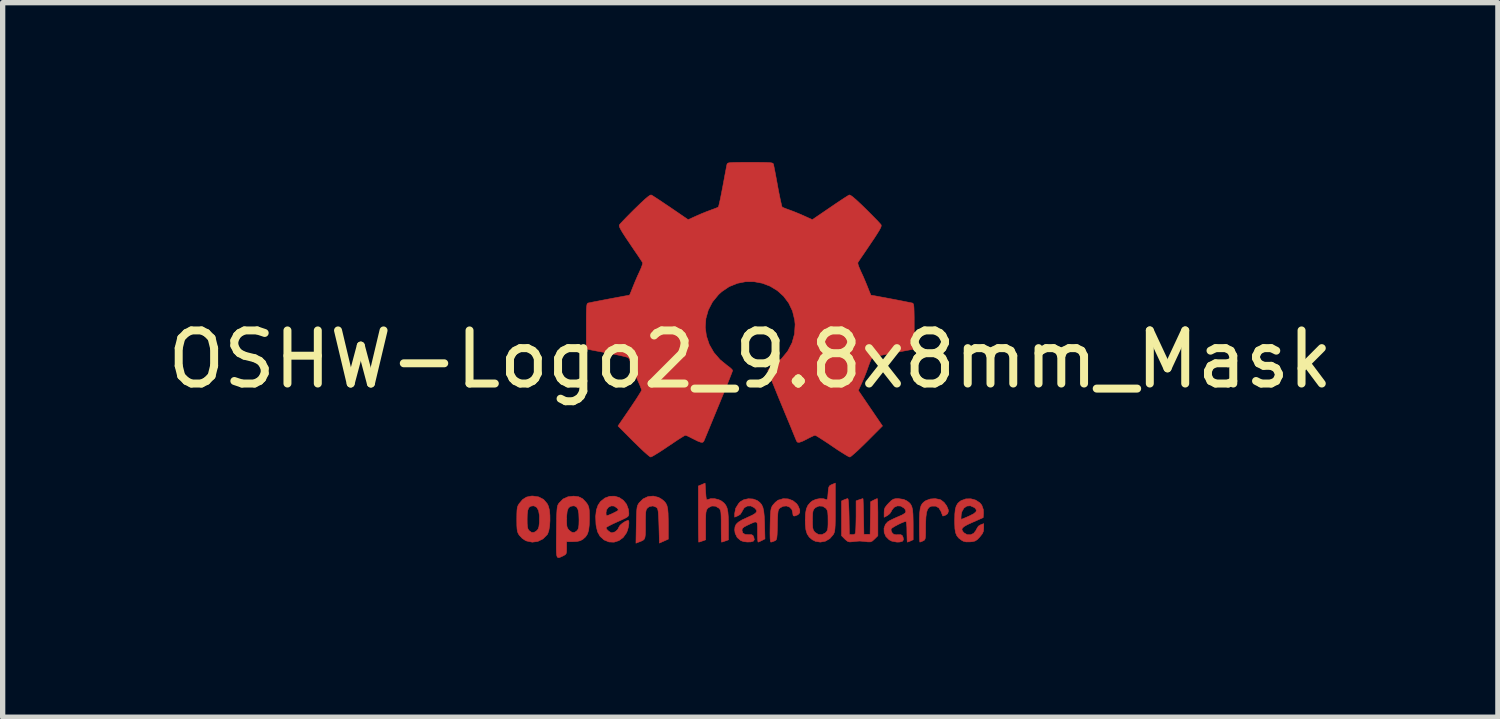
<source format=kicad_pcb>
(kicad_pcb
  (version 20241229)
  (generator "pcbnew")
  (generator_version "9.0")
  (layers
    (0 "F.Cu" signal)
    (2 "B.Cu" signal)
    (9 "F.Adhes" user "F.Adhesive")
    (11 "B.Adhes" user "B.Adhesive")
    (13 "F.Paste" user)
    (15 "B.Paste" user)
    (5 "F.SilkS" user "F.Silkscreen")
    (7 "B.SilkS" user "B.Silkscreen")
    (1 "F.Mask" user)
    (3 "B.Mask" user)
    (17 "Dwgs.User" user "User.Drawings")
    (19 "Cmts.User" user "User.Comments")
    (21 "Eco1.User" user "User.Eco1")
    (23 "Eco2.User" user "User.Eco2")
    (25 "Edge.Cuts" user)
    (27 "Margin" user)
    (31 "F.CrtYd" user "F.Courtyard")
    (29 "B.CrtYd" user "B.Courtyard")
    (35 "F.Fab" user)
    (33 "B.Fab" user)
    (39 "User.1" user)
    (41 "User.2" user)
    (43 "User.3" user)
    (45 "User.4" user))
  (footprint "OSHW-Logo2_9.8x8mm_Mask"
    (layer "F.Cu")
    (at 11.077 3.717)
    (property "Reference" "OSHW-Logo2_9.8x8mm_Mask" (at 0 0 0) (layer "F.SilkS") (effects (font (size 1 1) (thickness 0.15))))
    (attr exclude_from_pos_files exclude_from_bom)
    (fp_poly (pts (xy 3.571 2.639) (xy 3.594 2.65) (xy 3.65 2.694) (xy 3.698 2.758) (xy 3.727 2.826) (xy 3.732 2.859) (xy 3.716 2.906) (xy 3.681 2.931) (xy 3.643 2.946) (xy 3.625 2.949) (xy 3.617 2.929) (xy 3.6 2.885) (xy 3.593 2.865) (xy 3.552 2.797) (xy 3.493 2.763) (xy 3.417 2.764) (xy 3.411 2.765) (xy 3.37 2.784) (xy 3.34 2.822) (xy 3.32 2.882) (xy 3.308 2.97) (xy 3.303 3.09) (xy 3.302 3.154) (xy 3.302 3.255) (xy 3.3 3.324) (xy 3.296 3.367) (xy 3.287 3.393) (xy 3.274 3.408) (xy 3.253 3.418) (xy 3.252 3.419) (xy 3.213 3.435) (xy 3.194 3.441) (xy 3.191 3.423) (xy 3.188 3.372) (xy 3.186 3.295) (xy 3.185 3.198) (xy 3.185 3.128) (xy 3.186 2.991) (xy 3.191 2.887) (xy 3.2 2.811) (xy 3.216 2.755) (xy 3.24 2.714) (xy 3.274 2.682) (xy 3.308 2.659) (xy 3.389 2.629) (xy 3.482 2.622) (xy 3.571 2.639)) (stroke (width 0.01) (type solid)) (fill yes) (layer "F.Cu"))
    (fp_poly (pts (xy -1.728 2.598) (xy -1.666 2.634) (xy -1.622 2.67) (xy -1.59 2.708) (xy -1.568 2.754) (xy -1.554 2.815) (xy -1.547 2.898) (xy -1.544 3.01) (xy -1.543 3.09) (xy -1.543 3.385) (xy -1.71 3.459) (xy -1.719 3.136) (xy -1.723 3.015) (xy -1.728 2.928) (xy -1.733 2.867) (xy -1.74 2.828) (xy -1.75 2.804) (xy -1.763 2.788) (xy -1.767 2.785) (xy -1.831 2.76) (xy -1.896 2.77) (xy -1.934 2.797) (xy -1.95 2.816) (xy -1.961 2.841) (xy -1.968 2.878) (xy -1.971 2.936) (xy -1.973 3.021) (xy -1.973 3.109) (xy -1.973 3.219) (xy -1.975 3.297) (xy -1.982 3.35) (xy -1.995 3.384) (xy -2.018 3.406) (xy -2.053 3.423) (xy -2.1 3.441) (xy -2.152 3.461) (xy -2.146 3.114) (xy -2.143 2.989) (xy -2.14 2.897) (xy -2.136 2.83) (xy -2.13 2.784) (xy -2.121 2.751) (xy -2.108 2.725) (xy -2.092 2.701) (xy -2.018 2.627) (xy -1.926 2.584) (xy -1.827 2.574) (xy -1.728 2.598)) (stroke (width 0.01) (type solid)) (fill yes) (layer "F.Cu"))
    (fp_poly (pts (xy 0.713 2.627) (xy 0.802 2.66) (xy 0.874 2.718) (xy 0.902 2.759) (xy 0.933 2.834) (xy 0.932 2.888) (xy 0.9 2.924) (xy 0.888 2.93) (xy 0.837 2.95) (xy 0.81 2.945) (xy 0.802 2.912) (xy 0.801 2.894) (xy 0.785 2.828) (xy 0.742 2.782) (xy 0.683 2.76) (xy 0.618 2.766) (xy 0.564 2.795) (xy 0.546 2.811) (xy 0.533 2.832) (xy 0.524 2.862) (xy 0.519 2.909) (xy 0.515 2.981) (xy 0.512 3.082) (xy 0.512 3.115) (xy 0.509 3.225) (xy 0.506 3.303) (xy 0.501 3.354) (xy 0.494 3.386) (xy 0.483 3.404) (xy 0.467 3.414) (xy 0.457 3.419) (xy 0.413 3.436) (xy 0.388 3.441) (xy 0.379 3.423) (xy 0.374 3.368) (xy 0.372 3.275) (xy 0.374 3.144) (xy 0.374 3.124) (xy 0.377 3.004) (xy 0.381 2.917) (xy 0.386 2.855) (xy 0.393 2.812) (xy 0.404 2.78) (xy 0.419 2.754) (xy 0.427 2.743) (xy 0.472 2.692) (xy 0.522 2.653) (xy 0.528 2.65) (xy 0.619 2.623) (xy 0.713 2.627)) (stroke (width 0.01) (type solid)) (fill yes) (layer "F.Cu"))
    (fp_poly (pts (xy -0.84 2.495) (xy -0.834 2.575) (xy -0.828 2.622) (xy -0.819 2.642) (xy -0.805 2.642) (xy -0.801 2.64) (xy -0.744 2.622) (xy -0.669 2.623) (xy -0.593 2.642) (xy -0.545 2.665) (xy -0.496 2.703) (xy -0.461 2.745) (xy -0.436 2.8) (xy -0.421 2.872) (xy -0.413 2.969) (xy -0.41 3.097) (xy -0.41 3.122) (xy -0.41 3.398) (xy -0.472 3.42) (xy -0.515 3.435) (xy -0.539 3.441) (xy -0.54 3.441) (xy -0.543 3.423) (xy -0.545 3.372) (xy -0.546 3.296) (xy -0.547 3.2) (xy -0.547 3.142) (xy -0.547 3.027) (xy -0.549 2.945) (xy -0.552 2.889) (xy -0.558 2.852) (xy -0.568 2.827) (xy -0.583 2.809) (xy -0.592 2.8) (xy -0.655 2.764) (xy -0.724 2.761) (xy -0.786 2.792) (xy -0.798 2.803) (xy -0.815 2.823) (xy -0.826 2.848) (xy -0.834 2.883) (xy -0.838 2.937) (xy -0.84 3.015) (xy -0.84 3.123) (xy -0.84 3.398) (xy -0.902 3.42) (xy -0.945 3.435) (xy -0.969 3.441) (xy -0.97 3.441) (xy -0.972 3.423) (xy -0.973 3.37) (xy -0.975 3.288) (xy -0.976 3.182) (xy -0.977 3.058) (xy -0.977 2.919) (xy -0.977 2.384) (xy -0.85 2.331) (xy -0.84 2.495)) (stroke (width 0.01) (type solid)) (fill yes) (layer "F.Cu"))
    (fp_poly (pts (xy 2.396 2.639) (xy 2.399 2.691) (xy 2.401 2.769) (xy 2.403 2.867) (xy 2.403 2.971) (xy 2.403 3.321) (xy 2.341 3.383) (xy 2.299 3.421) (xy 2.261 3.437) (xy 2.21 3.436) (xy 2.19 3.433) (xy 2.127 3.426) (xy 2.074 3.422) (xy 2.061 3.421) (xy 2.018 3.424) (xy 1.957 3.43) (xy 1.933 3.433) (xy 1.874 3.438) (xy 1.835 3.428) (xy 1.795 3.397) (xy 1.781 3.383) (xy 1.719 3.321) (xy 1.719 2.666) (xy 1.769 2.643) (xy 1.812 2.627) (xy 1.837 2.621) (xy 1.844 2.639) (xy 1.85 2.691) (xy 1.855 2.771) (xy 1.859 2.872) (xy 1.861 2.958) (xy 1.866 3.295) (xy 1.913 3.301) (xy 1.955 3.297) (xy 1.976 3.282) (xy 1.982 3.254) (xy 1.987 3.195) (xy 1.99 3.111) (xy 1.992 3.011) (xy 1.993 2.96) (xy 1.993 2.664) (xy 2.054 2.642) (xy 2.098 2.628) (xy 2.122 2.621) (xy 2.122 2.621) (xy 2.125 2.639) (xy 2.127 2.691) (xy 2.13 2.768) (xy 2.132 2.866) (xy 2.134 2.958) (xy 2.14 3.295) (xy 2.257 3.295) (xy 2.262 2.987) (xy 2.267 2.68) (xy 2.325 2.65) (xy 2.367 2.63) (xy 2.392 2.621) (xy 2.393 2.621) (xy 2.396 2.639)) (stroke (width 0.01) (type solid)) (fill yes) (layer "F.Cu"))
    (fp_poly (pts (xy -3.983 2.59) (xy -3.891 2.638) (xy -3.824 2.716) (xy -3.8 2.765) (xy -3.781 2.84) (xy -3.772 2.935) (xy -3.771 3.038) (xy -3.778 3.139) (xy -3.793 3.226) (xy -3.815 3.288) (xy -3.822 3.299) (xy -3.903 3.38) (xy -4 3.428) (xy -4.104 3.442) (xy -4.21 3.42) (xy -4.239 3.407) (xy -4.297 3.367) (xy -4.347 3.313) (xy -4.352 3.307) (xy -4.371 3.274) (xy -4.384 3.239) (xy -4.391 3.193) (xy -4.395 3.127) (xy -4.396 3.033) (xy -4.396 3.012) (xy -4.396 3.005) (xy -4.201 3.005) (xy -4.2 3.094) (xy -4.195 3.153) (xy -4.186 3.191) (xy -4.17 3.218) (xy -4.162 3.226) (xy -4.115 3.26) (xy -4.07 3.258) (xy -4.024 3.229) (xy -3.996 3.198) (xy -3.98 3.153) (xy -3.971 3.082) (xy -3.97 3.074) (xy -3.969 2.945) (xy -3.985 2.849) (xy -4.019 2.787) (xy -4.07 2.759) (xy -4.088 2.758) (xy -4.136 2.765) (xy -4.169 2.791) (xy -4.189 2.842) (xy -4.199 2.921) (xy -4.201 3.005) (xy -4.396 3.005) (xy -4.395 2.911) (xy -4.392 2.841) (xy -4.386 2.792) (xy -4.374 2.756) (xy -4.356 2.724) (xy -4.352 2.718) (xy -4.286 2.639) (xy -4.213 2.593) (xy -4.125 2.574) (xy -4.095 2.573) (xy -3.983 2.59)) (stroke (width 0.01) (type solid)) (fill yes) (layer "F.Cu"))
    (fp_poly (pts (xy 4.245 2.65) (xy 4.323 2.701) (xy 4.36 2.746) (xy 4.389 2.828) (xy 4.392 2.893) (xy 4.386 2.98) (xy 4.186 3.068) (xy 4.089 3.112) (xy 4.025 3.149) (xy 3.992 3.18) (xy 3.986 3.21) (xy 4.005 3.243) (xy 4.025 3.266) (xy 4.084 3.301) (xy 4.148 3.303) (xy 4.207 3.276) (xy 4.25 3.221) (xy 4.258 3.202) (xy 4.295 3.141) (xy 4.338 3.115) (xy 4.396 3.093) (xy 4.396 3.177) (xy 4.391 3.234) (xy 4.371 3.282) (xy 4.328 3.337) (xy 4.322 3.344) (xy 4.275 3.393) (xy 4.234 3.42) (xy 4.183 3.432) (xy 4.141 3.436) (xy 4.066 3.437) (xy 4.012 3.424) (xy 3.979 3.405) (xy 3.926 3.365) (xy 3.89 3.32) (xy 3.867 3.265) (xy 3.854 3.19) (xy 3.85 3.087) (xy 3.849 3.035) (xy 3.851 2.973) (xy 3.969 2.973) (xy 3.97 3.006) (xy 3.973 3.012) (xy 3.996 3.004) (xy 4.044 2.984) (xy 4.109 2.956) (xy 4.122 2.95) (xy 4.204 2.909) (xy 4.249 2.872) (xy 4.259 2.838) (xy 4.236 2.803) (xy 4.216 2.788) (xy 4.145 2.757) (xy 4.079 2.762) (xy 4.024 2.8) (xy 3.986 2.866) (xy 3.973 2.919) (xy 3.969 2.973) (xy 3.851 2.973) (xy 3.852 2.913) (xy 3.861 2.823) (xy 3.88 2.758) (xy 3.909 2.71) (xy 3.953 2.671) (xy 3.972 2.659) (xy 4.059 2.627) (xy 4.154 2.625) (xy 4.245 2.65)) (stroke (width 0.01) (type solid)) (fill yes) (layer "F.Cu"))
    (fp_poly (pts (xy 1.602 2.783) (xy 1.602 2.929) (xy 1.601 3.041) (xy 1.599 3.125) (xy 1.595 3.186) (xy 1.59 3.23) (xy 1.582 3.261) (xy 1.571 3.286) (xy 1.563 3.3) (xy 1.497 3.376) (xy 1.413 3.424) (xy 1.319 3.441) (xy 1.226 3.425) (xy 1.17 3.397) (xy 1.112 3.348) (xy 1.072 3.289) (xy 1.048 3.211) (xy 1.037 3.107) (xy 1.036 3.031) (xy 1.036 3.026) (xy 1.172 3.026) (xy 1.173 3.113) (xy 1.177 3.171) (xy 1.186 3.209) (xy 1.202 3.236) (xy 1.22 3.257) (xy 1.283 3.297) (xy 1.351 3.3) (xy 1.415 3.267) (xy 1.42 3.262) (xy 1.441 3.239) (xy 1.455 3.211) (xy 1.462 3.169) (xy 1.465 3.105) (xy 1.465 3.034) (xy 1.464 2.944) (xy 1.46 2.885) (xy 1.451 2.846) (xy 1.436 2.818) (xy 1.423 2.803) (xy 1.364 2.765) (xy 1.295 2.761) (xy 1.23 2.789) (xy 1.218 2.8) (xy 1.196 2.824) (xy 1.183 2.852) (xy 1.176 2.894) (xy 1.173 2.959) (xy 1.172 3.026) (xy 1.036 3.026) (xy 1.04 2.908) (xy 1.056 2.816) (xy 1.087 2.747) (xy 1.134 2.693) (xy 1.17 2.665) (xy 1.237 2.635) (xy 1.314 2.621) (xy 1.386 2.625) (xy 1.426 2.64) (xy 1.442 2.644) (xy 1.453 2.628) (xy 1.46 2.586) (xy 1.465 2.521) (xy 1.471 2.448) (xy 1.48 2.405) (xy 1.495 2.38) (xy 1.522 2.363) (xy 1.539 2.356) (xy 1.602 2.33) (xy 1.602 2.783)) (stroke (width 0.01) (type solid)) (fill yes) (layer "F.Cu"))
    (fp_poly (pts (xy -2.466 2.602) (xy -2.389 2.654) (xy -2.329 2.729) (xy -2.294 2.824) (xy -2.286 2.894) (xy -2.287 2.924) (xy -2.294 2.946) (xy -2.313 2.966) (xy -2.35 2.988) (xy -2.41 3.017) (xy -2.5 3.058) (xy -2.501 3.058) (xy -2.584 3.096) (xy -2.652 3.13) (xy -2.698 3.156) (xy -2.716 3.17) (xy -2.716 3.17) (xy -2.701 3.201) (xy -2.665 3.236) (xy -2.624 3.261) (xy -2.603 3.266) (xy -2.546 3.248) (xy -2.497 3.206) (xy -2.473 3.159) (xy -2.451 3.124) (xy -2.406 3.085) (xy -2.353 3.051) (xy -2.306 3.032) (xy -2.297 3.031) (xy -2.286 3.048) (xy -2.285 3.091) (xy -2.293 3.148) (xy -2.308 3.21) (xy -2.329 3.264) (xy -2.33 3.266) (xy -2.392 3.353) (xy -2.473 3.413) (xy -2.565 3.442) (xy -2.66 3.438) (xy -2.752 3.4) (xy -2.756 3.397) (xy -2.828 3.332) (xy -2.875 3.247) (xy -2.901 3.136) (xy -2.905 3.104) (xy -2.911 2.956) (xy -2.903 2.887) (xy -2.716 2.887) (xy -2.713 2.93) (xy -2.7 2.943) (xy -2.667 2.933) (xy -2.614 2.911) (xy -2.556 2.883) (xy -2.554 2.882) (xy -2.505 2.856) (xy -2.485 2.839) (xy -2.49 2.821) (xy -2.511 2.797) (xy -2.563 2.762) (xy -2.62 2.759) (xy -2.671 2.785) (xy -2.706 2.833) (xy -2.716 2.887) (xy -2.903 2.887) (xy -2.898 2.838) (xy -2.865 2.744) (xy -2.82 2.678) (xy -2.737 2.611) (xy -2.646 2.578) (xy -2.554 2.576) (xy -2.466 2.602)) (stroke (width 0.01) (type solid)) (fill yes) (layer "F.Cu"))
    (fp_poly (pts (xy 0.054 2.629) (xy 0.13 2.657) (xy 0.131 2.658) (xy 0.178 2.693) (xy 0.213 2.733) (xy 0.238 2.787) (xy 0.254 2.858) (xy 0.264 2.956) (xy 0.27 3.085) (xy 0.27 3.103) (xy 0.277 3.38) (xy 0.218 3.411) (xy 0.175 3.431) (xy 0.149 3.441) (xy 0.148 3.441) (xy 0.143 3.423) (xy 0.139 3.374) (xy 0.137 3.303) (xy 0.137 3.245) (xy 0.137 3.151) (xy 0.133 3.092) (xy 0.118 3.064) (xy 0.086 3.062) (xy 0.03 3.084) (xy -0.054 3.123) (xy -0.115 3.155) (xy -0.147 3.183) (xy -0.156 3.214) (xy -0.156 3.216) (xy -0.141 3.269) (xy -0.095 3.297) (xy -0.026 3.301) (xy 0.024 3.301) (xy 0.051 3.315) (xy 0.067 3.35) (xy 0.077 3.394) (xy 0.063 3.419) (xy 0.058 3.423) (xy 0.009 3.437) (xy -0.058 3.439) (xy -0.128 3.43) (xy -0.178 3.412) (xy -0.246 3.354) (xy -0.285 3.273) (xy -0.293 3.21) (xy -0.287 3.153) (xy -0.266 3.106) (xy -0.224 3.065) (xy -0.155 3.023) (xy -0.055 2.977) (xy -0.049 2.974) (xy 0.042 2.932) (xy 0.097 2.898) (xy 0.121 2.867) (xy 0.116 2.836) (xy 0.084 2.8) (xy 0.075 2.792) (xy 0.012 2.76) (xy -0.054 2.761) (xy -0.111 2.792) (xy -0.149 2.851) (xy -0.152 2.862) (xy -0.187 2.917) (xy -0.23 2.944) (xy -0.293 2.971) (xy -0.293 2.902) (xy -0.274 2.803) (xy -0.217 2.712) (xy -0.188 2.681) (xy -0.12 2.642) (xy -0.035 2.624) (xy 0.054 2.629)) (stroke (width 0.01) (type solid)) (fill yes) (layer "F.Cu"))
    (fp_poly (pts (xy -3.231 2.587) (xy -3.156 2.624) (xy -3.091 2.693) (xy -3.072 2.718) (xy -3.053 2.751) (xy -3.04 2.788) (xy -3.032 2.836) (xy -3.029 2.905) (xy -3.028 2.997) (xy -3.032 3.122) (xy -3.043 3.217) (xy -3.065 3.287) (xy -3.1 3.341) (xy -3.149 3.385) (xy -3.153 3.388) (xy -3.202 3.415) (xy -3.261 3.428) (xy -3.336 3.432) (xy -3.458 3.432) (xy -3.458 3.55) (xy -3.459 3.616) (xy -3.466 3.655) (xy -3.484 3.678) (xy -3.519 3.698) (xy -3.527 3.702) (xy -3.566 3.72) (xy -3.596 3.732) (xy -3.619 3.733) (xy -3.635 3.719) (xy -3.645 3.687) (xy -3.65 3.632) (xy -3.652 3.551) (xy -3.652 3.44) (xy -3.65 3.294) (xy -3.65 3.251) (xy -3.648 3.101) (xy -3.646 3.003) (xy -3.458 3.003) (xy -3.457 3.086) (xy -3.453 3.14) (xy -3.442 3.176) (xy -3.423 3.204) (xy -3.41 3.218) (xy -3.358 3.257) (xy -3.312 3.26) (xy -3.264 3.228) (xy -3.263 3.226) (xy -3.243 3.201) (xy -3.232 3.167) (xy -3.226 3.114) (xy -3.224 3.034) (xy -3.224 3.016) (xy -3.228 2.905) (xy -3.243 2.828) (xy -3.269 2.781) (xy -3.309 2.76) (xy -3.332 2.758) (xy -3.387 2.768) (xy -3.425 2.8) (xy -3.447 2.86) (xy -3.457 2.952) (xy -3.458 3.003) (xy -3.646 3.003) (xy -3.646 2.985) (xy -3.643 2.897) (xy -3.639 2.834) (xy -3.634 2.788) (xy -3.627 2.756) (xy -3.617 2.732) (xy -3.604 2.711) (xy -3.598 2.704) (xy -3.525 2.629) (xy -3.432 2.587) (xy -3.325 2.575) (xy -3.231 2.587)) (stroke (width 0.01) (type solid)) (fill yes) (layer "F.Cu"))
    (fp_poly (pts (xy 2.887 2.636) (xy 2.944 2.662) (xy 2.988 2.693) (xy 3.02 2.727) (xy 3.042 2.772) (xy 3.057 2.833) (xy 3.064 2.917) (xy 3.067 3.031) (xy 3.068 3.105) (xy 3.068 3.396) (xy 3.018 3.419) (xy 2.979 3.435) (xy 2.959 3.441) (xy 2.955 3.423) (xy 2.953 3.374) (xy 2.951 3.303) (xy 2.95 3.246) (xy 2.949 3.164) (xy 2.944 3.099) (xy 2.938 3.059) (xy 2.933 3.051) (xy 2.898 3.059) (xy 2.844 3.081) (xy 2.781 3.111) (xy 2.72 3.144) (xy 2.674 3.173) (xy 2.652 3.193) (xy 2.652 3.193) (xy 2.654 3.23) (xy 2.671 3.265) (xy 2.7 3.293) (xy 2.743 3.303) (xy 2.78 3.302) (xy 2.832 3.301) (xy 2.859 3.313) (xy 2.876 3.345) (xy 2.878 3.351) (xy 2.885 3.397) (xy 2.866 3.425) (xy 2.816 3.439) (xy 2.763 3.441) (xy 2.666 3.423) (xy 2.616 3.397) (xy 2.554 3.335) (xy 2.522 3.26) (xy 2.519 3.181) (xy 2.546 3.107) (xy 2.588 3.06) (xy 2.63 3.034) (xy 2.695 3.002) (xy 2.771 2.968) (xy 2.784 2.963) (xy 2.867 2.926) (xy 2.916 2.894) (xy 2.931 2.861) (xy 2.917 2.825) (xy 2.892 2.797) (xy 2.833 2.762) (xy 2.768 2.759) (xy 2.709 2.786) (xy 2.666 2.84) (xy 2.661 2.854) (xy 2.628 2.905) (xy 2.581 2.942) (xy 2.521 2.973) (xy 2.521 2.885) (xy 2.524 2.832) (xy 2.539 2.789) (xy 2.573 2.744) (xy 2.605 2.709) (xy 2.655 2.66) (xy 2.694 2.633) (xy 2.736 2.623) (xy 2.784 2.621) (xy 2.887 2.636)) (stroke (width 0.01) (type solid)) (fill yes) (layer "F.Cu"))
    (fp_poly (pts (xy 0.14 -3.71) (xy 0.246 -3.709) (xy 0.322 -3.707) (xy 0.374 -3.704) (xy 0.407 -3.699) (xy 0.426 -3.692) (xy 0.435 -3.681) (xy 0.439 -3.668) (xy 0.44 -3.666) (xy 0.446 -3.633) (xy 0.459 -3.569) (xy 0.476 -3.48) (xy 0.496 -3.373) (xy 0.518 -3.255) (xy 0.518 -3.251) (xy 0.54 -3.136) (xy 0.561 -3.033) (xy 0.579 -2.951) (xy 0.592 -2.894) (xy 0.601 -2.869) (xy 0.601 -2.868) (xy 0.626 -2.856) (xy 0.676 -2.836) (xy 0.742 -2.812) (xy 0.743 -2.812) (xy 0.825 -2.781) (xy 0.923 -2.741) (xy 1.015 -2.701) (xy 1.019 -2.699) (xy 1.169 -2.631) (xy 1.502 -2.858) (xy 1.603 -2.927) (xy 1.696 -2.989) (xy 1.773 -3.04) (xy 1.83 -3.076) (xy 1.862 -3.095) (xy 1.865 -3.096) (xy 1.887 -3.09) (xy 1.93 -3.06) (xy 1.994 -3.005) (xy 2.081 -2.924) (xy 2.171 -2.837) (xy 2.256 -2.752) (xy 2.333 -2.674) (xy 2.397 -2.609) (xy 2.442 -2.56) (xy 2.464 -2.534) (xy 2.464 -2.532) (xy 2.467 -2.514) (xy 2.458 -2.484) (xy 2.435 -2.439) (xy 2.395 -2.374) (xy 2.338 -2.285) (xy 2.261 -2.171) (xy 2.193 -2.07) (xy 2.132 -1.98) (xy 2.081 -1.906) (xy 2.045 -1.852) (xy 2.027 -1.824) (xy 2.026 -1.822) (xy 2.028 -1.796) (xy 2.045 -1.744) (xy 2.073 -1.678) (xy 2.083 -1.656) (xy 2.127 -1.561) (xy 2.173 -1.453) (xy 2.211 -1.36) (xy 2.238 -1.291) (xy 2.26 -1.238) (xy 2.272 -1.211) (xy 2.274 -1.209) (xy 2.297 -1.205) (xy 2.351 -1.196) (xy 2.429 -1.181) (xy 2.524 -1.164) (xy 2.628 -1.144) (xy 2.735 -1.124) (xy 2.837 -1.104) (xy 2.927 -1.086) (xy 2.998 -1.072) (xy 3.042 -1.063) (xy 3.053 -1.061) (xy 3.064 -1.054) (xy 3.073 -1.04) (xy 3.079 -1.012) (xy 3.083 -0.967) (xy 3.085 -0.899) (xy 3.087 -0.803) (xy 3.087 -0.675) (xy 3.087 -0.623) (xy 3.087 -0.196) (xy 2.985 -0.175) (xy 2.927 -0.164) (xy 2.842 -0.148) (xy 2.739 -0.129) (xy 2.629 -0.109) (xy 2.599 -0.103) (xy 2.497 -0.083) (xy 2.408 -0.064) (xy 2.34 -0.047) (xy 2.3 -0.033) (xy 2.293 -0.029) (xy 2.277 -0.001) (xy 2.253 0.054) (xy 2.227 0.124) (xy 2.222 0.139) (xy 2.188 0.234) (xy 2.146 0.34) (xy 2.104 0.435) (xy 2.104 0.436) (xy 2.035 0.585) (xy 2.49 1.254) (xy 2.198 1.547) (xy 2.109 1.634) (xy 2.029 1.711) (xy 1.96 1.773) (xy 1.909 1.817) (xy 1.879 1.838) (xy 1.875 1.839) (xy 1.849 1.829) (xy 1.797 1.799) (xy 1.725 1.754) (xy 1.637 1.698) (xy 1.543 1.634) (xy 1.447 1.569) (xy 1.361 1.513) (xy 1.291 1.468) (xy 1.243 1.439) (xy 1.221 1.429) (xy 1.194 1.438) (xy 1.144 1.461) (xy 1.08 1.493) (xy 1.074 1.497) (xy 0.988 1.54) (xy 0.929 1.561) (xy 0.893 1.561) (xy 0.874 1.542) (xy 0.874 1.541) (xy 0.864 1.518) (xy 0.841 1.463) (xy 0.807 1.38) (xy 0.764 1.274) (xy 0.712 1.149) (xy 0.654 1.01) (xy 0.598 0.874) (xy 0.536 0.725) (xy 0.48 0.586) (xy 0.43 0.463) (xy 0.389 0.36) (xy 0.358 0.28) (xy 0.338 0.228) (xy 0.332 0.208) (xy 0.347 0.186) (xy 0.386 0.151) (xy 0.439 0.111) (xy 0.588 -0.012) (xy 0.705 -0.154) (xy 0.787 -0.311) (xy 0.834 -0.48) (xy 0.845 -0.658) (xy 0.837 -0.74) (xy 0.796 -0.91) (xy 0.724 -1.061) (xy 0.627 -1.19) (xy 0.509 -1.296) (xy 0.374 -1.378) (xy 0.227 -1.434) (xy 0.072 -1.463) (xy -0.087 -1.463) (xy -0.244 -1.432) (xy -0.396 -1.37) (xy -0.538 -1.274) (xy -0.597 -1.22) (xy -0.711 -1.081) (xy -0.79 -0.929) (xy -0.835 -0.769) (xy -0.847 -0.604) (xy -0.825 -0.44) (xy -0.772 -0.281) (xy -0.686 -0.131) (xy -0.569 0.005) (xy -0.439 0.111) (xy -0.384 0.152) (xy -0.346 0.187) (xy -0.332 0.208) (xy -0.339 0.231) (xy -0.36 0.286) (xy -0.392 0.368) (xy -0.434 0.474) (xy -0.485 0.599) (xy -0.542 0.738) (xy -0.598 0.874) (xy -0.66 1.024) (xy -0.717 1.162) (xy -0.768 1.286) (xy -0.811 1.39) (xy -0.844 1.47) (xy -0.866 1.522) (xy -0.874 1.541) (xy -0.893 1.561) (xy -0.929 1.561) (xy -0.987 1.54) (xy -1.073 1.497) (xy -1.074 1.497) (xy -1.138 1.464) (xy -1.19 1.439) (xy -1.219 1.429) (xy -1.221 1.429) (xy -1.243 1.439) (xy -1.292 1.469) (xy -1.362 1.513) (xy -1.447 1.57) (xy -1.543 1.634) (xy -1.639 1.699) (xy -1.727 1.756) (xy -1.799 1.8) (xy -1.85 1.829) (xy -1.874 1.839) (xy -1.897 1.826) (xy -1.942 1.789) (xy -2.006 1.732) (xy -2.083 1.659) (xy -2.169 1.575) (xy -2.198 1.547) (xy -2.49 1.254) (xy -2.267 0.928) (xy -2.2 0.828) (xy -2.14 0.738) (xy -2.093 0.663) (xy -2.06 0.609) (xy -2.045 0.582) (xy -2.045 0.58) (xy -2.053 0.553) (xy -2.073 0.5) (xy -2.103 0.43) (xy -2.124 0.383) (xy -2.164 0.292) (xy -2.201 0.201) (xy -2.23 0.124) (xy -2.237 0.1) (xy -2.26 0.038) (xy -2.281 -0.011) (xy -2.293 -0.029) (xy -2.319 -0.041) (xy -2.377 -0.056) (xy -2.458 -0.075) (xy -2.555 -0.095) (xy -2.599 -0.103) (xy -2.709 -0.124) (xy -2.815 -0.143) (xy -2.906 -0.16) (xy -2.972 -0.173) (xy -2.984 -0.175) (xy -3.087 -0.196) (xy -3.087 -0.623) (xy -3.087 -0.763) (xy -3.086 -0.869) (xy -3.084 -0.946) (xy -3.08 -0.999) (xy -3.075 -1.032) (xy -3.067 -1.05) (xy -3.057 -1.059) (xy -3.053 -1.061) (xy -3.027 -1.066) (xy -2.971 -1.078) (xy -2.892 -1.093) (xy -2.796 -1.112) (xy -2.691 -1.132) (xy -2.585 -1.152) (xy -2.483 -1.171) (xy -2.394 -1.188) (xy -2.325 -1.2) (xy -2.283 -1.208) (xy -2.274 -1.209) (xy -2.265 -1.226) (xy -2.246 -1.271) (xy -2.221 -1.335) (xy -2.211 -1.36) (xy -2.171 -1.458) (xy -2.125 -1.565) (xy -2.083 -1.656) (xy -2.052 -1.726) (xy -2.032 -1.783) (xy -2.025 -1.818) (xy -2.026 -1.822) (xy -2.041 -1.844) (xy -2.074 -1.894) (xy -2.121 -1.965) (xy -2.181 -2.052) (xy -2.248 -2.151) (xy -2.261 -2.171) (xy -2.339 -2.286) (xy -2.396 -2.374) (xy -2.435 -2.439) (xy -2.458 -2.484) (xy -2.467 -2.514) (xy -2.465 -2.532) (xy -2.464 -2.532) (xy -2.445 -2.556) (xy -2.402 -2.602) (xy -2.341 -2.666) (xy -2.265 -2.743) (xy -2.18 -2.828) (xy -2.17 -2.837) (xy -2.063 -2.941) (xy -1.98 -3.018) (xy -1.92 -3.068) (xy -1.882 -3.093) (xy -1.864 -3.096) (xy -1.839 -3.082) (xy -1.788 -3.049) (xy -1.714 -3.001) (xy -1.625 -2.941) (xy -1.525 -2.874) (xy -1.501 -2.858) (xy -1.169 -2.631) (xy -1.019 -2.699) (xy -0.928 -2.739) (xy -0.83 -2.779) (xy -0.746 -2.81) (xy -0.742 -2.812) (xy -0.677 -2.836) (xy -0.626 -2.856) (xy -0.601 -2.868) (xy -0.601 -2.868) (xy -0.593 -2.891) (xy -0.58 -2.945) (xy -0.562 -3.026) (xy -0.542 -3.127) (xy -0.52 -3.242) (xy -0.518 -3.251) (xy -0.496 -3.369) (xy -0.476 -3.477) (xy -0.459 -3.566) (xy -0.447 -3.632) (xy -0.44 -3.665) (xy -0.44 -3.666) (xy -0.435 -3.68) (xy -0.427 -3.691) (xy -0.41 -3.699) (xy -0.379 -3.704) (xy -0.329 -3.707) (xy -0.256 -3.709) (xy -0.153 -3.71) (xy -0.018 -3.71) (xy 0.000044 -3.71) (xy 0.14 -3.71)) (stroke (width 0.01) (type solid)) (fill yes) (layer "F.Cu"))
    (fp_poly (pts (xy 3.571 2.637) (xy 3.594 2.647) (xy 3.65 2.691) (xy 3.698 2.755) (xy 3.727 2.823) (xy 3.732 2.857) (xy 3.716 2.904) (xy 3.68 2.928) (xy 3.643 2.943) (xy 3.625 2.946) (xy 3.617 2.926) (xy 3.6 2.882) (xy 3.593 2.863) (xy 3.552 2.794) (xy 3.493 2.76) (xy 3.417 2.761) (xy 3.411 2.763) (xy 3.37 2.782) (xy 3.34 2.819) (xy 3.32 2.88) (xy 3.308 2.968) (xy 3.303 3.088) (xy 3.302 3.152) (xy 3.302 3.252) (xy 3.3 3.321) (xy 3.296 3.365) (xy 3.287 3.39) (xy 3.274 3.405) (xy 3.253 3.416) (xy 3.252 3.416) (xy 3.213 3.433) (xy 3.194 3.439) (xy 3.191 3.42) (xy 3.188 3.369) (xy 3.186 3.292) (xy 3.185 3.196) (xy 3.185 3.125) (xy 3.186 2.989) (xy 3.19 2.885) (xy 3.2 2.808) (xy 3.216 2.752) (xy 3.24 2.711) (xy 3.274 2.679) (xy 3.308 2.656) (xy 3.388 2.626) (xy 3.482 2.62) (xy 3.571 2.637)) (stroke (width 0.01) (type solid)) (fill yes) (layer "F.Mask"))
    (fp_poly (pts (xy -1.728 2.595) (xy -1.666 2.631) (xy -1.622 2.667) (xy -1.59 2.705) (xy -1.568 2.751) (xy -1.554 2.812) (xy -1.547 2.895) (xy -1.544 3.007) (xy -1.544 3.087) (xy -1.544 3.382) (xy -1.71 3.457) (xy -1.719 3.133) (xy -1.723 3.013) (xy -1.728 2.925) (xy -1.733 2.865) (xy -1.74 2.825) (xy -1.75 2.801) (xy -1.763 2.786) (xy -1.767 2.783) (xy -1.831 2.757) (xy -1.896 2.767) (xy -1.934 2.794) (xy -1.95 2.813) (xy -1.961 2.838) (xy -1.968 2.876) (xy -1.972 2.934) (xy -1.973 3.018) (xy -1.973 3.106) (xy -1.973 3.216) (xy -1.975 3.294) (xy -1.982 3.347) (xy -1.995 3.381) (xy -2.018 3.404) (xy -2.053 3.421) (xy -2.1 3.439) (xy -2.152 3.458) (xy -2.146 3.111) (xy -2.143 2.986) (xy -2.14 2.894) (xy -2.136 2.828) (xy -2.13 2.781) (xy -2.121 2.748) (xy -2.108 2.722) (xy -2.092 2.699) (xy -2.018 2.625) (xy -1.926 2.582) (xy -1.827 2.571) (xy -1.728 2.595)) (stroke (width 0.01) (type solid)) (fill yes) (layer "F.Mask"))
    (fp_poly (pts (xy 0.713 2.625) (xy 0.802 2.657) (xy 0.874 2.715) (xy 0.902 2.756) (xy 0.933 2.831) (xy 0.932 2.885) (xy 0.9 2.921) (xy 0.888 2.928) (xy 0.837 2.947) (xy 0.81 2.942) (xy 0.802 2.91) (xy 0.801 2.892) (xy 0.785 2.826) (xy 0.742 2.78) (xy 0.683 2.758) (xy 0.617 2.763) (xy 0.564 2.792) (xy 0.546 2.809) (xy 0.533 2.829) (xy 0.524 2.859) (xy 0.519 2.907) (xy 0.515 2.978) (xy 0.512 3.08) (xy 0.511 3.112) (xy 0.509 3.222) (xy 0.506 3.3) (xy 0.501 3.351) (xy 0.494 3.383) (xy 0.483 3.401) (xy 0.467 3.412) (xy 0.457 3.417) (xy 0.413 3.433) (xy 0.388 3.439) (xy 0.379 3.421) (xy 0.374 3.365) (xy 0.372 3.272) (xy 0.374 3.141) (xy 0.374 3.121) (xy 0.377 3.002) (xy 0.381 2.914) (xy 0.386 2.853) (xy 0.393 2.809) (xy 0.404 2.778) (xy 0.419 2.751) (xy 0.427 2.74) (xy 0.472 2.69) (xy 0.522 2.651) (xy 0.528 2.647) (xy 0.618 2.62) (xy 0.713 2.625)) (stroke (width 0.01) (type solid)) (fill yes) (layer "F.Mask"))
    (fp_poly (pts (xy -0.84 2.492) (xy -0.834 2.572) (xy -0.828 2.619) (xy -0.819 2.64) (xy -0.805 2.64) (xy -0.801 2.637) (xy -0.744 2.62) (xy -0.669 2.621) (xy -0.593 2.639) (xy -0.545 2.663) (xy -0.496 2.7) (xy -0.461 2.743) (xy -0.436 2.797) (xy -0.421 2.869) (xy -0.413 2.966) (xy -0.41 3.095) (xy -0.41 3.119) (xy -0.41 3.396) (xy -0.472 3.417) (xy -0.516 3.432) (xy -0.54 3.439) (xy -0.54 3.439) (xy -0.543 3.42) (xy -0.545 3.37) (xy -0.546 3.293) (xy -0.547 3.197) (xy -0.547 3.139) (xy -0.547 3.025) (xy -0.549 2.943) (xy -0.552 2.886) (xy -0.558 2.849) (xy -0.568 2.825) (xy -0.583 2.806) (xy -0.592 2.797) (xy -0.655 2.761) (xy -0.724 2.759) (xy -0.786 2.789) (xy -0.798 2.8) (xy -0.815 2.821) (xy -0.826 2.845) (xy -0.834 2.881) (xy -0.838 2.934) (xy -0.84 3.012) (xy -0.84 3.121) (xy -0.84 3.396) (xy -0.902 3.417) (xy -0.945 3.432) (xy -0.969 3.439) (xy -0.97 3.439) (xy -0.972 3.42) (xy -0.974 3.367) (xy -0.975 3.286) (xy -0.976 3.18) (xy -0.977 3.055) (xy -0.977 2.916) (xy -0.977 2.382) (xy -0.85 2.328) (xy -0.84 2.492)) (stroke (width 0.01) (type solid)) (fill yes) (layer "F.Mask"))
    (fp_poly (pts (xy 2.396 2.637) (xy 2.399 2.688) (xy 2.401 2.766) (xy 2.403 2.865) (xy 2.403 2.968) (xy 2.403 3.319) (xy 2.341 3.38) (xy 2.299 3.418) (xy 2.261 3.434) (xy 2.21 3.433) (xy 2.19 3.43) (xy 2.127 3.423) (xy 2.074 3.419) (xy 2.061 3.419) (xy 2.018 3.421) (xy 1.957 3.427) (xy 1.933 3.43) (xy 1.874 3.435) (xy 1.834 3.425) (xy 1.795 3.394) (xy 1.781 3.38) (xy 1.719 3.319) (xy 1.719 2.664) (xy 1.769 2.641) (xy 1.812 2.624) (xy 1.837 2.618) (xy 1.844 2.637) (xy 1.85 2.689) (xy 1.855 2.768) (xy 1.859 2.87) (xy 1.861 2.955) (xy 1.866 3.292) (xy 1.913 3.299) (xy 1.955 3.294) (xy 1.976 3.279) (xy 1.982 3.251) (xy 1.987 3.192) (xy 1.99 3.108) (xy 1.992 3.009) (xy 1.993 2.957) (xy 1.993 2.661) (xy 2.054 2.64) (xy 2.098 2.625) (xy 2.122 2.618) (xy 2.122 2.618) (xy 2.125 2.637) (xy 2.127 2.688) (xy 2.13 2.766) (xy 2.132 2.864) (xy 2.134 2.955) (xy 2.139 3.292) (xy 2.257 3.292) (xy 2.262 2.985) (xy 2.267 2.677) (xy 2.325 2.648) (xy 2.367 2.627) (xy 2.392 2.618) (xy 2.392 2.618) (xy 2.396 2.637)) (stroke (width 0.01) (type solid)) (fill yes) (layer "F.Mask"))
    (fp_poly (pts (xy -3.983 2.587) (xy -3.892 2.635) (xy -3.824 2.713) (xy -3.8 2.763) (xy -3.781 2.838) (xy -3.772 2.932) (xy -3.771 3.035) (xy -3.778 3.136) (xy -3.793 3.223) (xy -3.815 3.286) (xy -3.822 3.297) (xy -3.903 3.377) (xy -4 3.425) (xy -4.104 3.439) (xy -4.21 3.418) (xy -4.239 3.405) (xy -4.297 3.364) (xy -4.347 3.311) (xy -4.352 3.304) (xy -4.371 3.271) (xy -4.384 3.236) (xy -4.391 3.19) (xy -4.395 3.125) (xy -4.396 3.03) (xy -4.396 3.009) (xy -4.396 3.002) (xy -4.201 3.002) (xy -4.2 3.091) (xy -4.195 3.151) (xy -4.186 3.189) (xy -4.17 3.215) (xy -4.162 3.224) (xy -4.115 3.257) (xy -4.07 3.256) (xy -4.024 3.227) (xy -3.996 3.196) (xy -3.98 3.151) (xy -3.971 3.079) (xy -3.97 3.071) (xy -3.969 2.942) (xy -3.985 2.846) (xy -4.019 2.784) (xy -4.07 2.756) (xy -4.088 2.755) (xy -4.136 2.763) (xy -4.169 2.789) (xy -4.189 2.839) (xy -4.199 2.919) (xy -4.201 3.002) (xy -4.396 3.002) (xy -4.395 2.908) (xy -4.392 2.838) (xy -4.386 2.789) (xy -4.374 2.753) (xy -4.356 2.722) (xy -4.352 2.716) (xy -4.286 2.636) (xy -4.213 2.59) (xy -4.125 2.572) (xy -4.095 2.571) (xy -3.983 2.587)) (stroke (width 0.01) (type solid)) (fill yes) (layer "F.Mask"))
    (fp_poly (pts (xy 4.245 2.648) (xy 4.323 2.698) (xy 4.36 2.744) (xy 4.389 2.826) (xy 4.392 2.891) (xy 4.386 2.977) (xy 4.186 3.065) (xy 4.089 3.11) (xy 4.025 3.146) (xy 3.992 3.177) (xy 3.986 3.207) (xy 4.005 3.241) (xy 4.025 3.263) (xy 4.084 3.298) (xy 4.148 3.301) (xy 4.207 3.273) (xy 4.25 3.218) (xy 4.258 3.199) (xy 4.295 3.138) (xy 4.338 3.113) (xy 4.396 3.09) (xy 4.396 3.174) (xy 4.391 3.231) (xy 4.371 3.279) (xy 4.328 3.334) (xy 4.322 3.342) (xy 4.275 3.391) (xy 4.234 3.417) (xy 4.183 3.429) (xy 4.141 3.433) (xy 4.066 3.434) (xy 4.012 3.421) (xy 3.979 3.403) (xy 3.926 3.362) (xy 3.89 3.318) (xy 3.867 3.262) (xy 3.854 3.187) (xy 3.85 3.084) (xy 3.849 3.032) (xy 3.851 2.97) (xy 3.968 2.97) (xy 3.97 3.003) (xy 3.973 3.009) (xy 3.996 3.001) (xy 4.044 2.982) (xy 4.109 2.954) (xy 4.122 2.948) (xy 4.204 2.906) (xy 4.249 2.87) (xy 4.259 2.835) (xy 4.236 2.801) (xy 4.216 2.785) (xy 4.145 2.755) (xy 4.079 2.76) (xy 4.024 2.797) (xy 3.986 2.863) (xy 3.973 2.916) (xy 3.968 2.97) (xy 3.851 2.97) (xy 3.852 2.911) (xy 3.861 2.821) (xy 3.879 2.755) (xy 3.909 2.707) (xy 3.953 2.669) (xy 3.972 2.656) (xy 4.059 2.624) (xy 4.154 2.622) (xy 4.245 2.648)) (stroke (width 0.01) (type solid)) (fill yes) (layer "F.Mask"))
    (fp_poly (pts (xy 1.602 2.78) (xy 1.602 2.926) (xy 1.601 3.039) (xy 1.599 3.123) (xy 1.595 3.184) (xy 1.59 3.227) (xy 1.582 3.259) (xy 1.571 3.283) (xy 1.563 3.297) (xy 1.497 3.373) (xy 1.412 3.421) (xy 1.319 3.438) (xy 1.226 3.423) (xy 1.17 3.394) (xy 1.112 3.346) (xy 1.072 3.286) (xy 1.048 3.209) (xy 1.037 3.105) (xy 1.036 3.028) (xy 1.036 3.023) (xy 1.172 3.023) (xy 1.173 3.11) (xy 1.177 3.168) (xy 1.186 3.206) (xy 1.201 3.233) (xy 1.22 3.254) (xy 1.283 3.294) (xy 1.351 3.297) (xy 1.415 3.264) (xy 1.42 3.26) (xy 1.441 3.236) (xy 1.455 3.208) (xy 1.462 3.167) (xy 1.465 3.102) (xy 1.465 3.031) (xy 1.464 2.942) (xy 1.46 2.882) (xy 1.451 2.843) (xy 1.436 2.815) (xy 1.423 2.8) (xy 1.364 2.763) (xy 1.295 2.758) (xy 1.23 2.787) (xy 1.218 2.797) (xy 1.196 2.821) (xy 1.183 2.849) (xy 1.176 2.891) (xy 1.173 2.956) (xy 1.172 3.023) (xy 1.036 3.023) (xy 1.04 2.906) (xy 1.056 2.814) (xy 1.087 2.744) (xy 1.134 2.69) (xy 1.17 2.663) (xy 1.237 2.633) (xy 1.314 2.619) (xy 1.386 2.622) (xy 1.426 2.637) (xy 1.442 2.642) (xy 1.453 2.626) (xy 1.46 2.583) (xy 1.465 2.518) (xy 1.471 2.446) (xy 1.48 2.402) (xy 1.495 2.377) (xy 1.522 2.361) (xy 1.539 2.354) (xy 1.602 2.327) (xy 1.602 2.78)) (stroke (width 0.01) (type solid)) (fill yes) (layer "F.Mask"))
    (fp_poly (pts (xy -2.466 2.6) (xy -2.389 2.652) (xy -2.329 2.726) (xy -2.294 2.822) (xy -2.286 2.892) (xy -2.287 2.921) (xy -2.294 2.943) (xy -2.313 2.963) (xy -2.35 2.986) (xy -2.41 3.015) (xy -2.5 3.055) (xy -2.501 3.055) (xy -2.584 3.093) (xy -2.652 3.127) (xy -2.698 3.153) (xy -2.716 3.167) (xy -2.716 3.167) (xy -2.701 3.199) (xy -2.665 3.233) (xy -2.624 3.258) (xy -2.603 3.263) (xy -2.546 3.246) (xy -2.497 3.203) (xy -2.474 3.156) (xy -2.451 3.122) (xy -2.406 3.082) (xy -2.353 3.048) (xy -2.306 3.029) (xy -2.297 3.028) (xy -2.286 3.045) (xy -2.285 3.088) (xy -2.293 3.146) (xy -2.308 3.207) (xy -2.329 3.261) (xy -2.33 3.264) (xy -2.392 3.351) (xy -2.473 3.41) (xy -2.565 3.439) (xy -2.66 3.436) (xy -2.752 3.397) (xy -2.756 3.395) (xy -2.828 3.33) (xy -2.875 3.245) (xy -2.901 3.133) (xy -2.905 3.102) (xy -2.911 2.954) (xy -2.903 2.884) (xy -2.716 2.884) (xy -2.713 2.928) (xy -2.7 2.94) (xy -2.667 2.931) (xy -2.615 2.908) (xy -2.556 2.881) (xy -2.555 2.88) (xy -2.505 2.854) (xy -2.485 2.836) (xy -2.49 2.818) (xy -2.511 2.794) (xy -2.563 2.759) (xy -2.62 2.757) (xy -2.671 2.782) (xy -2.706 2.831) (xy -2.716 2.884) (xy -2.903 2.884) (xy -2.898 2.835) (xy -2.865 2.741) (xy -2.82 2.675) (xy -2.737 2.609) (xy -2.646 2.576) (xy -2.554 2.574) (xy -2.466 2.6)) (stroke (width 0.01) (type solid)) (fill yes) (layer "F.Mask"))
    (fp_poly (pts (xy 0.054 2.626) (xy 0.13 2.655) (xy 0.131 2.655) (xy 0.178 2.69) (xy 0.213 2.731) (xy 0.238 2.784) (xy 0.254 2.856) (xy 0.264 2.953) (xy 0.27 3.082) (xy 0.27 3.1) (xy 0.277 3.377) (xy 0.218 3.408) (xy 0.175 3.429) (xy 0.149 3.439) (xy 0.148 3.439) (xy 0.143 3.421) (xy 0.139 3.372) (xy 0.137 3.3) (xy 0.137 3.242) (xy 0.137 3.148) (xy 0.132 3.089) (xy 0.118 3.061) (xy 0.085 3.06) (xy 0.03 3.081) (xy -0.054 3.12) (xy -0.115 3.153) (xy -0.147 3.181) (xy -0.156 3.212) (xy -0.156 3.213) (xy -0.141 3.266) (xy -0.095 3.295) (xy -0.026 3.299) (xy 0.024 3.298) (xy 0.051 3.313) (xy 0.067 3.347) (xy 0.077 3.391) (xy 0.063 3.416) (xy 0.058 3.42) (xy 0.009 3.434) (xy -0.058 3.437) (xy -0.128 3.427) (xy -0.178 3.41) (xy -0.246 3.351) (xy -0.285 3.27) (xy -0.293 3.207) (xy -0.287 3.15) (xy -0.266 3.104) (xy -0.224 3.062) (xy -0.155 3.021) (xy -0.055 2.974) (xy -0.049 2.971) (xy 0.041 2.93) (xy 0.097 2.895) (xy 0.121 2.865) (xy 0.116 2.833) (xy 0.084 2.797) (xy 0.075 2.789) (xy 0.012 2.757) (xy -0.054 2.758) (xy -0.111 2.79) (xy -0.149 2.848) (xy -0.152 2.859) (xy -0.187 2.915) (xy -0.23 2.942) (xy -0.293 2.968) (xy -0.293 2.9) (xy -0.274 2.8) (xy -0.217 2.709) (xy -0.188 2.678) (xy -0.12 2.639) (xy -0.035 2.622) (xy 0.054 2.626)) (stroke (width 0.01) (type solid)) (fill yes) (layer "F.Mask"))
    (fp_poly (pts (xy -3.231 2.585) (xy -3.156 2.622) (xy -3.091 2.69) (xy -3.072 2.716) (xy -3.053 2.749) (xy -3.04 2.785) (xy -3.032 2.833) (xy -3.029 2.903) (xy -3.028 2.994) (xy -3.032 3.12) (xy -3.043 3.214) (xy -3.065 3.285) (xy -3.1 3.338) (xy -3.149 3.383) (xy -3.153 3.385) (xy -3.202 3.412) (xy -3.261 3.426) (xy -3.336 3.429) (xy -3.458 3.429) (xy -3.458 3.547) (xy -3.459 3.613) (xy -3.466 3.652) (xy -3.484 3.675) (xy -3.519 3.695) (xy -3.527 3.699) (xy -3.566 3.718) (xy -3.596 3.729) (xy -3.619 3.73) (xy -3.635 3.717) (xy -3.645 3.685) (xy -3.65 3.63) (xy -3.652 3.549) (xy -3.652 3.437) (xy -3.65 3.292) (xy -3.65 3.248) (xy -3.648 3.098) (xy -3.646 3) (xy -3.458 3) (xy -3.457 3.083) (xy -3.453 3.138) (xy -3.442 3.174) (xy -3.423 3.201) (xy -3.41 3.215) (xy -3.358 3.254) (xy -3.312 3.258) (xy -3.264 3.225) (xy -3.263 3.224) (xy -3.244 3.199) (xy -3.232 3.164) (xy -3.226 3.112) (xy -3.224 3.031) (xy -3.224 3.013) (xy -3.228 2.902) (xy -3.243 2.825) (xy -3.269 2.778) (xy -3.309 2.757) (xy -3.332 2.755) (xy -3.387 2.765) (xy -3.425 2.798) (xy -3.447 2.858) (xy -3.457 2.95) (xy -3.458 3) (xy -3.646 3) (xy -3.646 2.982) (xy -3.643 2.895) (xy -3.639 2.831) (xy -3.634 2.786) (xy -3.627 2.754) (xy -3.617 2.73) (xy -3.604 2.709) (xy -3.598 2.701) (xy -3.525 2.627) (xy -3.432 2.584) (xy -3.325 2.573) (xy -3.231 2.585)) (stroke (width 0.01) (type solid)) (fill yes) (layer "F.Mask"))
    (fp_poly (pts (xy 2.887 2.634) (xy 2.944 2.659) (xy 2.988 2.69) (xy 3.02 2.725) (xy 3.042 2.77) (xy 3.057 2.831) (xy 3.064 2.915) (xy 3.067 3.028) (xy 3.068 3.103) (xy 3.068 3.393) (xy 3.018 3.416) (xy 2.979 3.433) (xy 2.959 3.439) (xy 2.955 3.421) (xy 2.952 3.372) (xy 2.951 3.3) (xy 2.95 3.243) (xy 2.949 3.161) (xy 2.944 3.096) (xy 2.938 3.056) (xy 2.933 3.048) (xy 2.898 3.057) (xy 2.844 3.079) (xy 2.781 3.109) (xy 2.72 3.141) (xy 2.674 3.17) (xy 2.652 3.19) (xy 2.652 3.19) (xy 2.654 3.227) (xy 2.671 3.262) (xy 2.7 3.291) (xy 2.743 3.3) (xy 2.78 3.299) (xy 2.832 3.298) (xy 2.859 3.31) (xy 2.876 3.343) (xy 2.878 3.349) (xy 2.885 3.395) (xy 2.866 3.423) (xy 2.816 3.436) (xy 2.763 3.438) (xy 2.666 3.42) (xy 2.616 3.394) (xy 2.554 3.333) (xy 2.522 3.258) (xy 2.519 3.178) (xy 2.546 3.104) (xy 2.588 3.058) (xy 2.63 3.032) (xy 2.695 2.999) (xy 2.771 2.966) (xy 2.784 2.96) (xy 2.867 2.924) (xy 2.916 2.891) (xy 2.931 2.859) (xy 2.917 2.822) (xy 2.892 2.794) (xy 2.833 2.759) (xy 2.768 2.756) (xy 2.709 2.783) (xy 2.666 2.837) (xy 2.661 2.851) (xy 2.628 2.902) (xy 2.581 2.94) (xy 2.52 2.971) (xy 2.52 2.883) (xy 2.524 2.829) (xy 2.539 2.787) (xy 2.573 2.741) (xy 2.605 2.706) (xy 2.655 2.657) (xy 2.694 2.631) (xy 2.736 2.62) (xy 2.783 2.618) (xy 2.887 2.634)) (stroke (width 0.01) (type solid)) (fill yes) (layer "F.Mask"))
    (fp_poly (pts (xy 0.14 -3.712) (xy 0.246 -3.712) (xy 0.322 -3.71) (xy 0.374 -3.707) (xy 0.407 -3.702) (xy 0.426 -3.695) (xy 0.435 -3.684) (xy 0.439 -3.67) (xy 0.44 -3.668) (xy 0.446 -3.636) (xy 0.459 -3.572) (xy 0.476 -3.483) (xy 0.496 -3.376) (xy 0.518 -3.258) (xy 0.518 -3.254) (xy 0.54 -3.138) (xy 0.561 -3.036) (xy 0.579 -2.953) (xy 0.592 -2.897) (xy 0.601 -2.872) (xy 0.601 -2.871) (xy 0.626 -2.859) (xy 0.676 -2.839) (xy 0.742 -2.814) (xy 0.742 -2.814) (xy 0.825 -2.783) (xy 0.923 -2.744) (xy 1.015 -2.704) (xy 1.019 -2.702) (xy 1.169 -2.634) (xy 1.501 -2.86) (xy 1.603 -2.929) (xy 1.696 -2.991) (xy 1.773 -3.042) (xy 1.83 -3.079) (xy 1.861 -3.098) (xy 1.864 -3.099) (xy 1.887 -3.093) (xy 1.93 -3.063) (xy 1.994 -3.008) (xy 2.081 -2.927) (xy 2.171 -2.84) (xy 2.256 -2.755) (xy 2.333 -2.677) (xy 2.397 -2.611) (xy 2.442 -2.563) (xy 2.464 -2.536) (xy 2.464 -2.535) (xy 2.467 -2.517) (xy 2.458 -2.487) (xy 2.435 -2.441) (xy 2.395 -2.376) (xy 2.338 -2.288) (xy 2.261 -2.173) (xy 2.193 -2.073) (xy 2.132 -1.983) (xy 2.081 -1.908) (xy 2.045 -1.854) (xy 2.027 -1.827) (xy 2.026 -1.825) (xy 2.028 -1.798) (xy 2.045 -1.747) (xy 2.073 -1.68) (xy 2.083 -1.659) (xy 2.127 -1.564) (xy 2.173 -1.456) (xy 2.211 -1.363) (xy 2.238 -1.294) (xy 2.26 -1.241) (xy 2.272 -1.214) (xy 2.274 -1.211) (xy 2.297 -1.208) (xy 2.351 -1.198) (xy 2.429 -1.184) (xy 2.524 -1.166) (xy 2.628 -1.146) (xy 2.735 -1.126) (xy 2.837 -1.107) (xy 2.927 -1.089) (xy 2.998 -1.075) (xy 3.042 -1.066) (xy 3.053 -1.063) (xy 3.064 -1.057) (xy 3.073 -1.042) (xy 3.079 -1.015) (xy 3.083 -0.97) (xy 3.085 -0.902) (xy 3.087 -0.806) (xy 3.087 -0.678) (xy 3.087 -0.625) (xy 3.087 -0.198) (xy 2.985 -0.178) (xy 2.927 -0.167) (xy 2.842 -0.151) (xy 2.739 -0.132) (xy 2.629 -0.111) (xy 2.599 -0.106) (xy 2.497 -0.086) (xy 2.408 -0.067) (xy 2.34 -0.049) (xy 2.3 -0.036) (xy 2.293 -0.032) (xy 2.277 -0.004) (xy 2.253 0.051) (xy 2.227 0.122) (xy 2.222 0.137) (xy 2.188 0.231) (xy 2.146 0.337) (xy 2.104 0.432) (xy 2.104 0.433) (xy 2.035 0.583) (xy 2.49 1.252) (xy 2.197 1.544) (xy 2.109 1.631) (xy 2.029 1.708) (xy 1.96 1.77) (xy 1.909 1.814) (xy 1.879 1.835) (xy 1.874 1.837) (xy 1.849 1.826) (xy 1.797 1.797) (xy 1.725 1.752) (xy 1.637 1.695) (xy 1.543 1.631) (xy 1.447 1.567) (xy 1.361 1.51) (xy 1.291 1.466) (xy 1.242 1.437) (xy 1.221 1.426) (xy 1.194 1.435) (xy 1.144 1.458) (xy 1.08 1.491) (xy 1.074 1.494) (xy 0.988 1.537) (xy 0.929 1.558) (xy 0.893 1.559) (xy 0.874 1.539) (xy 0.874 1.539) (xy 0.864 1.515) (xy 0.841 1.46) (xy 0.807 1.378) (xy 0.763 1.272) (xy 0.712 1.147) (xy 0.654 1.007) (xy 0.598 0.872) (xy 0.536 0.722) (xy 0.48 0.584) (xy 0.43 0.461) (xy 0.389 0.357) (xy 0.358 0.277) (xy 0.338 0.225) (xy 0.332 0.206) (xy 0.347 0.183) (xy 0.386 0.148) (xy 0.439 0.109) (xy 0.588 -0.015) (xy 0.705 -0.156) (xy 0.787 -0.313) (xy 0.834 -0.482) (xy 0.845 -0.66) (xy 0.837 -0.742) (xy 0.796 -0.913) (xy 0.724 -1.064) (xy 0.627 -1.193) (xy 0.509 -1.299) (xy 0.374 -1.381) (xy 0.227 -1.437) (xy 0.072 -1.465) (xy -0.087 -1.465) (xy -0.244 -1.435) (xy -0.396 -1.372) (xy -0.538 -1.277) (xy -0.597 -1.222) (xy -0.711 -1.083) (xy -0.79 -0.932) (xy -0.835 -0.771) (xy -0.847 -0.607) (xy -0.825 -0.443) (xy -0.772 -0.284) (xy -0.686 -0.134) (xy -0.569 0.002) (xy -0.439 0.109) (xy -0.384 0.15) (xy -0.346 0.185) (xy -0.332 0.206) (xy -0.339 0.229) (xy -0.36 0.283) (xy -0.392 0.366) (xy -0.434 0.471) (xy -0.485 0.596) (xy -0.542 0.736) (xy -0.598 0.872) (xy -0.66 1.021) (xy -0.717 1.16) (xy -0.768 1.283) (xy -0.811 1.387) (xy -0.844 1.467) (xy -0.866 1.519) (xy -0.874 1.539) (xy -0.893 1.558) (xy -0.929 1.558) (xy -0.988 1.537) (xy -1.073 1.495) (xy -1.074 1.494) (xy -1.138 1.461) (xy -1.19 1.437) (xy -1.219 1.426) (xy -1.221 1.426) (xy -1.243 1.437) (xy -1.292 1.466) (xy -1.362 1.511) (xy -1.447 1.567) (xy -1.543 1.631) (xy -1.639 1.696) (xy -1.727 1.753) (xy -1.799 1.797) (xy -1.85 1.826) (xy -1.874 1.837) (xy -1.897 1.823) (xy -1.942 1.786) (xy -2.006 1.729) (xy -2.083 1.656) (xy -2.169 1.572) (xy -2.198 1.544) (xy -2.49 1.251) (xy -2.267 0.925) (xy -2.2 0.825) (xy -2.14 0.735) (xy -2.093 0.661) (xy -2.06 0.607) (xy -2.045 0.579) (xy -2.045 0.577) (xy -2.053 0.551) (xy -2.073 0.498) (xy -2.103 0.427) (xy -2.124 0.38) (xy -2.164 0.29) (xy -2.201 0.198) (xy -2.23 0.121) (xy -2.237 0.098) (xy -2.26 0.035) (xy -2.281 -0.014) (xy -2.293 -0.032) (xy -2.319 -0.043) (xy -2.377 -0.059) (xy -2.458 -0.078) (xy -2.555 -0.098) (xy -2.599 -0.106) (xy -2.709 -0.126) (xy -2.815 -0.146) (xy -2.906 -0.163) (xy -2.972 -0.175) (xy -2.985 -0.178) (xy -3.087 -0.198) (xy -3.087 -0.625) (xy -3.087 -0.766) (xy -3.086 -0.872) (xy -3.084 -0.949) (xy -3.08 -1.002) (xy -3.075 -1.035) (xy -3.067 -1.053) (xy -3.057 -1.062) (xy -3.053 -1.063) (xy -3.028 -1.069) (xy -2.972 -1.08) (xy -2.892 -1.096) (xy -2.796 -1.114) (xy -2.691 -1.134) (xy -2.585 -1.155) (xy -2.483 -1.174) (xy -2.395 -1.19) (xy -2.325 -1.203) (xy -2.283 -1.21) (xy -2.274 -1.211) (xy -2.265 -1.228) (xy -2.246 -1.273) (xy -2.221 -1.338) (xy -2.211 -1.363) (xy -2.171 -1.46) (xy -2.125 -1.568) (xy -2.083 -1.659) (xy -2.052 -1.728) (xy -2.032 -1.785) (xy -2.025 -1.82) (xy -2.026 -1.825) (xy -2.041 -1.847) (xy -2.074 -1.896) (xy -2.121 -1.967) (xy -2.181 -2.055) (xy -2.248 -2.154) (xy -2.261 -2.173) (xy -2.339 -2.289) (xy -2.396 -2.377) (xy -2.435 -2.442) (xy -2.458 -2.487) (xy -2.467 -2.516) (xy -2.465 -2.535) (xy -2.464 -2.535) (xy -2.445 -2.559) (xy -2.402 -2.605) (xy -2.341 -2.669) (xy -2.265 -2.746) (xy -2.18 -2.831) (xy -2.171 -2.84) (xy -2.063 -2.944) (xy -1.98 -3.02) (xy -1.92 -3.07) (xy -1.882 -3.096) (xy -1.864 -3.099) (xy -1.84 -3.085) (xy -1.788 -3.052) (xy -1.714 -3.004) (xy -1.625 -2.944) (xy -1.525 -2.876) (xy -1.501 -2.86) (xy -1.169 -2.634) (xy -1.019 -2.702) (xy -0.928 -2.741) (xy -0.83 -2.781) (xy -0.746 -2.813) (xy -0.742 -2.814) (xy -0.677 -2.838) (xy -0.626 -2.859) (xy -0.601 -2.871) (xy -0.601 -2.871) (xy -0.593 -2.893) (xy -0.58 -2.948) (xy -0.562 -3.029) (xy -0.542 -3.129) (xy -0.52 -3.244) (xy -0.518 -3.254) (xy -0.496 -3.372) (xy -0.476 -3.479) (xy -0.459 -3.569) (xy -0.447 -3.634) (xy -0.44 -3.668) (xy -0.44 -3.668) (xy -0.435 -3.683) (xy -0.427 -3.693) (xy -0.41 -3.701) (xy -0.379 -3.707) (xy -0.329 -3.71) (xy -0.256 -3.712) (xy -0.153 -3.712) (xy -0.018 -3.712) (xy 0 -3.712) (xy 0.14 -3.712)) (stroke (width 0.01) (type solid)) (fill yes) (layer "F.Mask")))
  (gr_rect
    (start -3 -3)
    (end 25.155 10.455)
    (stroke (width 0.1) (type default))
    (fill no)
    (layer "Edge.Cuts")))
</source>
